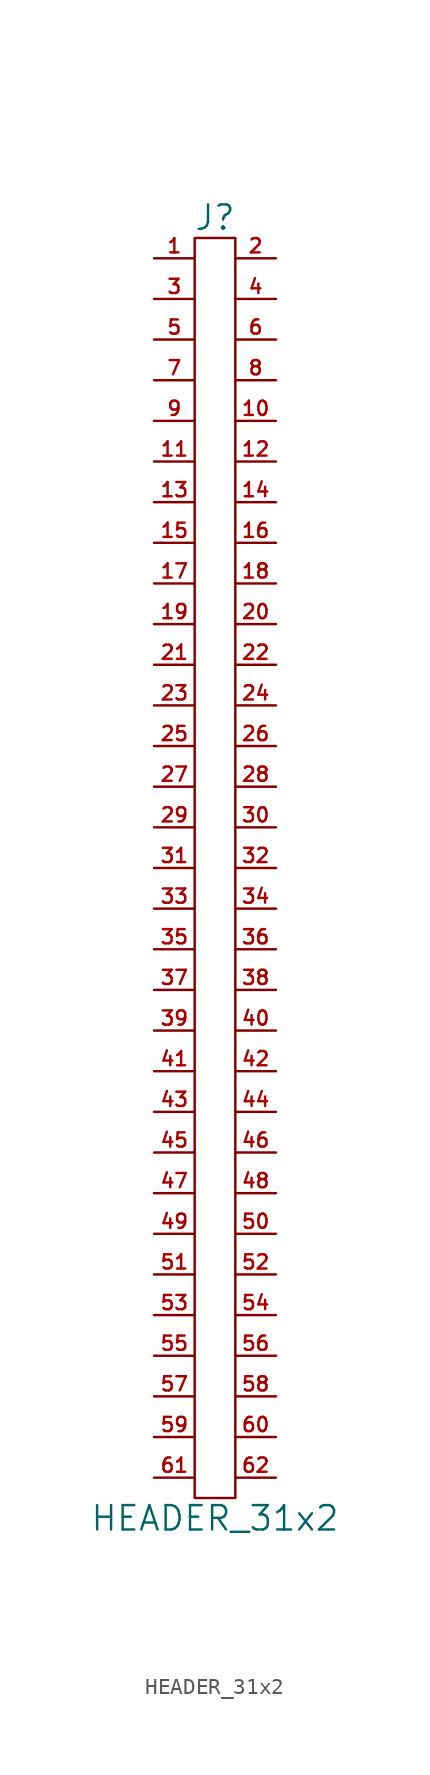
<source format=kicad_sym>
(kicad_symbol_lib
  (version 20220914)
  (generator kicad_symbol_editor)
  (symbol "HEADER_31x2"
    (pin_names
      (offset 0))
    (property "Reference" "J"
      (at 0 40.64 0)
      (effects (font (size 1.524 1.524))))
    (property "Value" "HEADER_31x2"
      (at 0 -40.64 0)
      (effects (font (size 1.524 1.524))))
    (property "Footprint" ""
      (at 0 -1.27 0)
      (effects (font (size 1.524 1.524))))
    (property "Datasheet" ""
      (at 0 0 0)
      (effects (font (size 1.524 1.524))))
    (symbol "HEADER_31x2_0_1"
      (rectangle (start 1.27 -39.37) (end -1.27 39.37) (stroke (width 0) (type solid)) (fill (type none))))
    (symbol "HEADER_31x2_1_1"
      (pin passive line (at -3.81 38.1 0) (length 2.54) (name "~" (effects (font (size 1.27 1.27)))) (number "1" (effects (font (size 0.889 0.889)))))
      (pin passive line (at 3.81 27.94 180) (length 2.54) (name "~" (effects (font (size 1.27 1.27)))) (number "10" (effects (font (size 0.889 0.889)))))
      (pin passive line (at -3.81 25.4 0) (length 2.54) (name "~" (effects (font (size 1.27 1.27)))) (number "11" (effects (font (size 0.889 0.889)))))
      (pin passive line (at 3.81 25.4 180) (length 2.54) (name "~" (effects (font (size 1.27 1.27)))) (number "12" (effects (font (size 0.889 0.889)))))
      (pin passive line (at -3.81 22.86 0) (length 2.54) (name "~" (effects (font (size 1.27 1.27)))) (number "13" (effects (font (size 0.889 0.889)))))
      (pin passive line (at 3.81 22.86 180) (length 2.54) (name "~" (effects (font (size 1.27 1.27)))) (number "14" (effects (font (size 0.889 0.889)))))
      (pin passive line (at -3.81 20.32 0) (length 2.54) (name "~" (effects (font (size 1.27 1.27)))) (number "15" (effects (font (size 0.889 0.889)))))
      (pin passive line (at 3.81 20.32 180) (length 2.54) (name "~" (effects (font (size 1.27 1.27)))) (number "16" (effects (font (size 0.889 0.889)))))
      (pin passive line (at -3.81 17.78 0) (length 2.54) (name "~" (effects (font (size 1.27 1.27)))) (number "17" (effects (font (size 0.889 0.889)))))
      (pin passive line (at 3.81 17.78 180) (length 2.54) (name "~" (effects (font (size 1.27 1.27)))) (number "18" (effects (font (size 0.889 0.889)))))
      (pin passive line (at -3.81 15.24 0) (length 2.54) (name "~" (effects (font (size 1.27 1.27)))) (number "19" (effects (font (size 0.889 0.889)))))
      (pin passive line (at 3.81 38.1 180) (length 2.54) (name "~" (effects (font (size 1.27 1.27)))) (number "2" (effects (font (size 0.889 0.889)))))
      (pin passive line (at 3.81 15.24 180) (length 2.54) (name "~" (effects (font (size 1.27 1.27)))) (number "20" (effects (font (size 0.889 0.889)))))
      (pin passive line (at -3.81 12.7 0) (length 2.54) (name "~" (effects (font (size 1.27 1.27)))) (number "21" (effects (font (size 0.889 0.889)))))
      (pin passive line (at 3.81 12.7 180) (length 2.54) (name "~" (effects (font (size 1.27 1.27)))) (number "22" (effects (font (size 0.889 0.889)))))
      (pin passive line (at -3.81 10.16 0) (length 2.54) (name "~" (effects (font (size 1.27 1.27)))) (number "23" (effects (font (size 0.889 0.889)))))
      (pin passive line (at 3.81 10.16 180) (length 2.54) (name "~" (effects (font (size 1.27 1.27)))) (number "24" (effects (font (size 0.889 0.889)))))
      (pin passive line (at -3.81 7.62 0) (length 2.54) (name "~" (effects (font (size 1.27 1.27)))) (number "25" (effects (font (size 0.889 0.889)))))
      (pin passive line (at 3.81 7.62 180) (length 2.54) (name "~" (effects (font (size 1.27 1.27)))) (number "26" (effects (font (size 0.889 0.889)))))
      (pin passive line (at -3.81 5.08 0) (length 2.54) (name "~" (effects (font (size 1.27 1.27)))) (number "27" (effects (font (size 0.889 0.889)))))
      (pin passive line (at 3.81 5.08 180) (length 2.54) (name "~" (effects (font (size 1.27 1.27)))) (number "28" (effects (font (size 0.889 0.889)))))
      (pin passive line (at -3.81 2.54 0) (length 2.54) (name "~" (effects (font (size 1.27 1.27)))) (number "29" (effects (font (size 0.889 0.889)))))
      (pin passive line (at -3.81 35.56 0) (length 2.54) (name "~" (effects (font (size 1.27 1.27)))) (number "3" (effects (font (size 0.889 0.889)))))
      (pin passive line (at 3.81 2.54 180) (length 2.54) (name "~" (effects (font (size 1.27 1.27)))) (number "30" (effects (font (size 0.889 0.889)))))
      (pin passive line (at -3.81 0 0) (length 2.54) (name "~" (effects (font (size 1.27 1.27)))) (number "31" (effects (font (size 0.889 0.889)))))
      (pin passive line (at 3.81 0 180) (length 2.54) (name "~" (effects (font (size 1.27 1.27)))) (number "32" (effects (font (size 0.889 0.889)))))
      (pin passive line (at -3.81 -2.54 0) (length 2.54) (name "~" (effects (font (size 1.27 1.27)))) (number "33" (effects (font (size 0.889 0.889)))))
      (pin passive line (at 3.81 -2.54 180) (length 2.54) (name "~" (effects (font (size 1.27 1.27)))) (number "34" (effects (font (size 0.889 0.889)))))
      (pin passive line (at -3.81 -5.08 0) (length 2.54) (name "~" (effects (font (size 1.27 1.27)))) (number "35" (effects (font (size 0.889 0.889)))))
      (pin passive line (at 3.81 -5.08 180) (length 2.54) (name "~" (effects (font (size 1.27 1.27)))) (number "36" (effects (font (size 0.889 0.889)))))
      (pin passive line (at -3.81 -7.62 0) (length 2.54) (name "~" (effects (font (size 0.889 0.889)))) (number "37" (effects (font (size 0.889 0.889)))))
      (pin passive line (at 3.81 -7.62 180) (length 2.54) (name "~" (effects (font (size 1.27 1.27)))) (number "38" (effects (font (size 0.889 0.889)))))
      (pin passive line (at -3.81 -10.16 0) (length 2.54) (name "~" (effects (font (size 1.27 1.27)))) (number "39" (effects (font (size 0.889 0.889)))))
      (pin passive line (at 3.81 35.56 180) (length 2.54) (name "~" (effects (font (size 1.27 1.27)))) (number "4" (effects (font (size 0.889 0.889)))))
      (pin passive line (at 3.81 -10.16 180) (length 2.54) (name "~" (effects (font (size 1.27 1.27)))) (number "40" (effects (font (size 0.889 0.889)))))
      (pin passive line (at -3.81 -12.7 0) (length 2.54) (name "~" (effects (font (size 1.27 1.27)))) (number "41" (effects (font (size 0.889 0.889)))))
      (pin passive line (at 3.81 -12.7 180) (length 2.54) (name "~" (effects (font (size 1.27 1.27)))) (number "42" (effects (font (size 0.889 0.889)))))
      (pin passive line (at -3.81 -15.24 0) (length 2.54) (name "~" (effects (font (size 1.27 1.27)))) (number "43" (effects (font (size 0.889 0.889)))))
      (pin passive line (at 3.81 -15.24 180) (length 2.54) (name "~" (effects (font (size 1.27 1.27)))) (number "44" (effects (font (size 0.889 0.889)))))
      (pin passive line (at -3.81 -17.78 0) (length 2.54) (name "~" (effects (font (size 1.27 1.27)))) (number "45" (effects (font (size 0.889 0.889)))))
      (pin passive line (at 3.81 -17.78 180) (length 2.54) (name "~" (effects (font (size 1.27 1.27)))) (number "46" (effects (font (size 0.889 0.889)))))
      (pin passive line (at -3.81 -20.32 0) (length 2.54) (name "~" (effects (font (size 1.27 1.27)))) (number "47" (effects (font (size 0.889 0.889)))))
      (pin passive line (at 3.81 -20.32 180) (length 2.54) (name "~" (effects (font (size 1.27 1.27)))) (number "48" (effects (font (size 0.889 0.889)))))
      (pin passive line (at -3.81 -22.86 0) (length 2.54) (name "~" (effects (font (size 1.27 1.27)))) (number "49" (effects (font (size 0.889 0.889)))))
      (pin passive line (at -3.81 33.02 0) (length 2.54) (name "~" (effects (font (size 1.27 1.27)))) (number "5" (effects (font (size 0.889 0.889)))))
      (pin passive line (at 3.81 -22.86 180) (length 2.54) (name "~" (effects (font (size 1.27 1.27)))) (number "50" (effects (font (size 0.889 0.889)))))
      (pin passive line (at -3.81 -25.4 0) (length 2.54) (name "~" (effects (font (size 1.27 1.27)))) (number "51" (effects (font (size 0.889 0.889)))))
      (pin passive line (at 3.81 -25.4 180) (length 2.54) (name "~" (effects (font (size 1.27 1.27)))) (number "52" (effects (font (size 0.889 0.889)))))
      (pin passive line (at -3.81 -27.94 0) (length 2.54) (name "~" (effects (font (size 1.27 1.27)))) (number "53" (effects (font (size 0.889 0.889)))))
      (pin passive line (at 3.81 -27.94 180) (length 2.54) (name "~" (effects (font (size 1.27 1.27)))) (number "54" (effects (font (size 0.889 0.889)))))
      (pin passive line (at -3.81 -30.48 0) (length 2.54) (name "~" (effects (font (size 1.27 1.27)))) (number "55" (effects (font (size 0.889 0.889)))))
      (pin passive line (at 3.81 -30.48 180) (length 2.54) (name "~" (effects (font (size 1.27 1.27)))) (number "56" (effects (font (size 0.889 0.889)))))
      (pin passive line (at -3.81 -33.02 0) (length 2.54) (name "~" (effects (font (size 1.27 1.27)))) (number "57" (effects (font (size 0.889 0.889)))))
      (pin passive line (at 3.81 -33.02 180) (length 2.54) (name "~" (effects (font (size 1.27 1.27)))) (number "58" (effects (font (size 0.889 0.889)))))
      (pin passive line (at -3.81 -35.56 0) (length 2.54) (name "~" (effects (font (size 1.27 1.27)))) (number "59" (effects (font (size 0.889 0.889)))))
      (pin passive line (at 3.81 33.02 180) (length 2.54) (name "~" (effects (font (size 1.27 1.27)))) (number "6" (effects (font (size 0.889 0.889)))))
      (pin passive line (at 3.81 -35.56 180) (length 2.54) (name "~" (effects (font (size 1.27 1.27)))) (number "60" (effects (font (size 0.889 0.889)))))
      (pin passive line (at -3.81 -38.1 0) (length 2.54) (name "~" (effects (font (size 1.27 1.27)))) (number "61" (effects (font (size 0.889 0.889)))))
      (pin passive line (at 3.81 -38.1 180) (length 2.54) (name "~" (effects (font (size 1.27 1.27)))) (number "62" (effects (font (size 0.889 0.889)))))
      (pin passive line (at -3.81 30.48 0) (length 2.54) (name "~" (effects (font (size 1.27 1.27)))) (number "7" (effects (font (size 0.889 0.889)))))
      (pin passive line (at 3.81 30.48 180) (length 2.54) (name "~" (effects (font (size 1.27 1.27)))) (number "8" (effects (font (size 0.889 0.889)))))
      (pin passive line (at -3.81 27.94 0) (length 2.54) (name "~" (effects (font (size 1.27 1.27)))) (number "9" (effects (font (size 0.889 0.889))))))))
</source>
